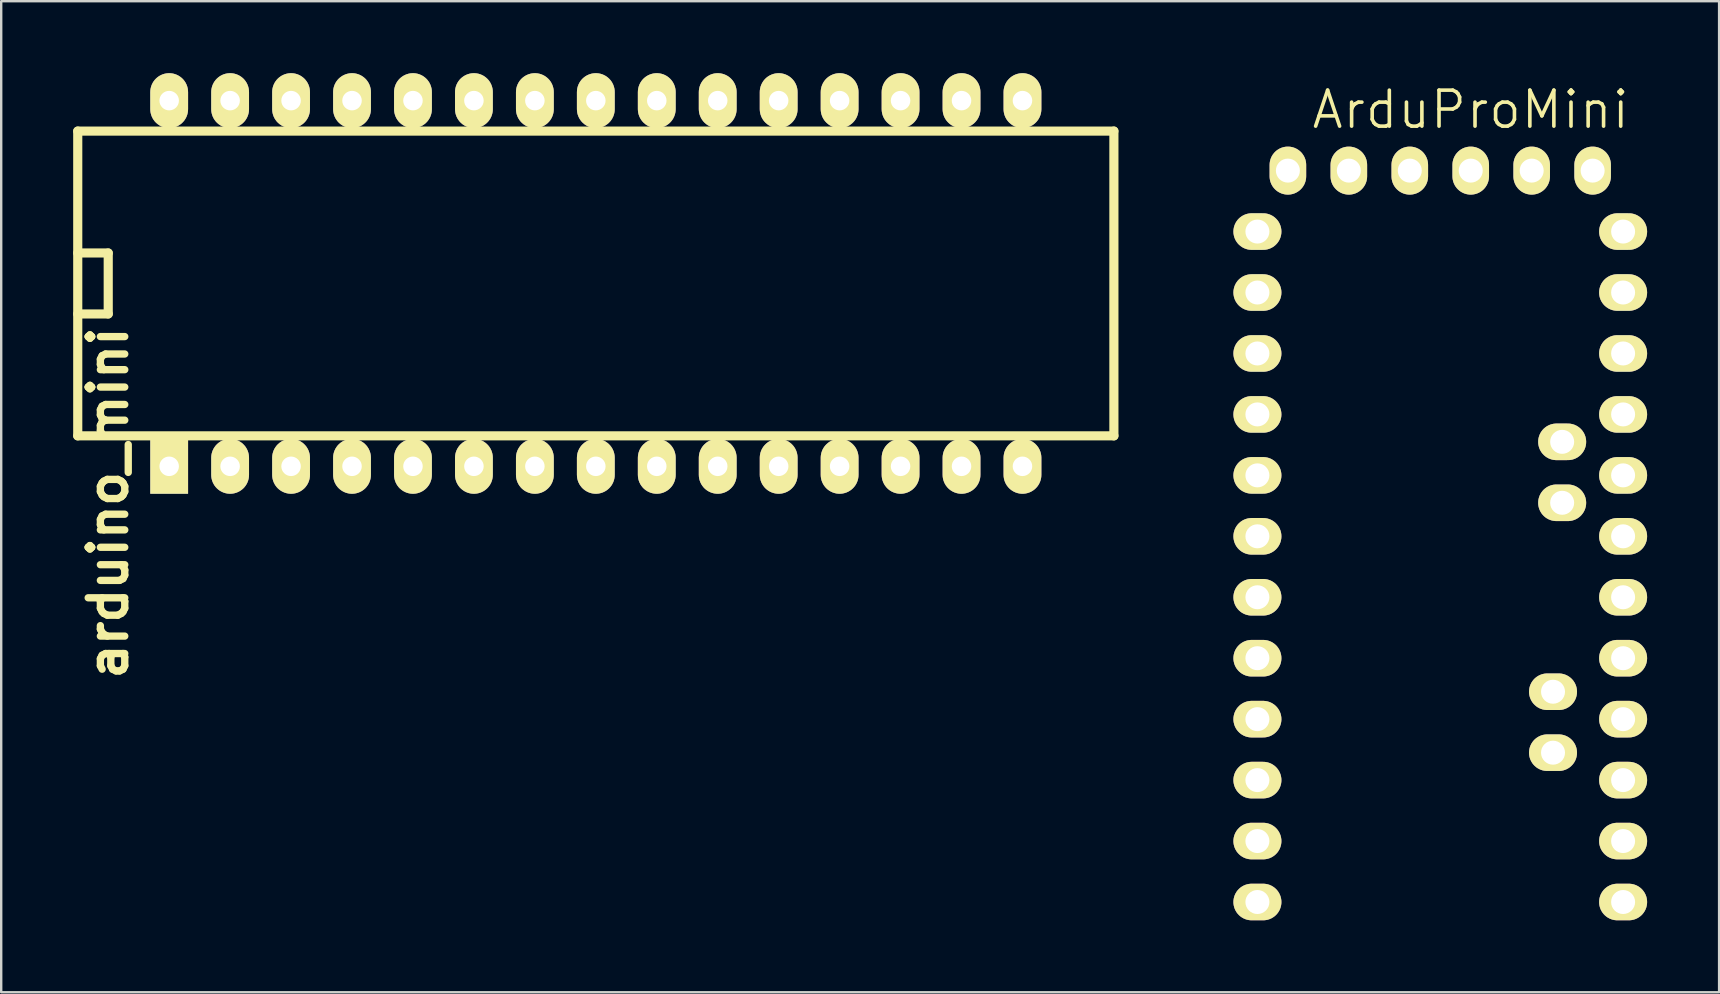
<source format=kicad_pcb>
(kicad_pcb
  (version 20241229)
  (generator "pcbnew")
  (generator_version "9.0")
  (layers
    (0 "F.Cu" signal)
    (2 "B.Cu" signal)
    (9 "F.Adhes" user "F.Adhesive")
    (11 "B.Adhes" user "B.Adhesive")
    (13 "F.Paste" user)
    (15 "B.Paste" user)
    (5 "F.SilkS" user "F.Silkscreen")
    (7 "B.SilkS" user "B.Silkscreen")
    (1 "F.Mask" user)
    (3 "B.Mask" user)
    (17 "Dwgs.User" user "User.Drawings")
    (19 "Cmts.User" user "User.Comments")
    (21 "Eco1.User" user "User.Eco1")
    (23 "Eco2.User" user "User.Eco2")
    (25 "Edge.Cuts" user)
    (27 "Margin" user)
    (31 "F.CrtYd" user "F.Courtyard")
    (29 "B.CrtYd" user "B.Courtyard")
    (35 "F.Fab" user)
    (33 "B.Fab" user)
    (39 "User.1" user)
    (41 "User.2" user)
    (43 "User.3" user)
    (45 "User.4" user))
  (footprint "arduino_mini"
    (layer "F.Cu")
    (at 23.05 8.763)
    (property "Reference" "arduino_mini" (at -21.59 9.144 90) (layer "F.SilkS") (effects (font (size 1.524 1.524) (thickness 0.305))))
    (attr through_hole)
    (fp_line (start -22.86 -6.35) (end 20.32 -6.35) (stroke (width 0.381) (type solid)) (layer "F.SilkS"))
    (fp_line (start -22.86 1.27) (end -21.59 1.27) (stroke (width 0.381) (type solid)) (layer "F.SilkS"))
    (fp_line (start -22.86 6.35) (end -22.86 -6.35) (stroke (width 0.381) (type solid)) (layer "F.SilkS"))
    (fp_line (start -21.59 -1.27) (end -22.86 -1.27) (stroke (width 0.381) (type solid)) (layer "F.SilkS"))
    (fp_line (start -21.59 1.27) (end -21.59 -1.27) (stroke (width 0.381) (type solid)) (layer "F.SilkS"))
    (fp_line (start 20.32 -6.35) (end 20.32 6.35) (stroke (width 0.381) (type solid)) (layer "F.SilkS"))
    (fp_line (start 20.32 6.35) (end -22.86 6.35) (stroke (width 0.381) (type solid)) (layer "F.SilkS"))
    (pad "1" thru_hole rect (at -19.05 7.62) (size 1.575 2.286) (drill 0.813) (layers "*.Cu" "*.Mask" "F.SilkS"))
    (pad "2" thru_hole oval (at -16.51 7.62) (size 1.575 2.286) (drill 0.813) (layers "*.Cu" "*.Mask" "F.SilkS"))
    (pad "3" thru_hole oval (at -13.97 7.62) (size 1.575 2.286) (drill 0.813) (layers "*.Cu" "*.Mask" "F.SilkS"))
    (pad "4" thru_hole oval (at -11.43 7.62) (size 1.575 2.286) (drill 0.813) (layers "*.Cu" "*.Mask" "F.SilkS"))
    (pad "5" thru_hole oval (at -8.89 7.62) (size 1.575 2.286) (drill 0.813) (layers "*.Cu" "*.Mask" "F.SilkS"))
    (pad "6" thru_hole oval (at -6.35 7.62) (size 1.575 2.286) (drill 0.813) (layers "*.Cu" "*.Mask" "F.SilkS"))
    (pad "7" thru_hole oval (at -3.81 7.62) (size 1.575 2.286) (drill 0.813) (layers "*.Cu" "*.Mask" "F.SilkS"))
    (pad "8" thru_hole oval (at -1.27 7.62) (size 1.575 2.286) (drill 0.813) (layers "*.Cu" "*.Mask" "F.SilkS"))
    (pad "9" thru_hole oval (at 1.27 7.62) (size 1.575 2.286) (drill 0.813) (layers "*.Cu" "*.Mask" "F.SilkS"))
    (pad "10" thru_hole oval (at 3.81 7.62) (size 1.575 2.286) (drill 0.813) (layers "*.Cu" "*.Mask" "F.SilkS"))
    (pad "11" thru_hole oval (at 6.35 7.62) (size 1.575 2.286) (drill 0.813) (layers "*.Cu" "*.Mask" "F.SilkS"))
    (pad "12" thru_hole oval (at 8.89 7.62) (size 1.575 2.286) (drill 0.813) (layers "*.Cu" "*.Mask" "F.SilkS"))
    (pad "13" thru_hole oval (at 11.43 7.62) (size 1.575 2.286) (drill 0.813) (layers "*.Cu" "*.Mask" "F.SilkS"))
    (pad "14" thru_hole oval (at 13.97 7.62) (size 1.575 2.286) (drill 0.813) (layers "*.Cu" "*.Mask" "F.SilkS"))
    (pad "15" thru_hole oval (at 16.51 7.62) (size 1.575 2.286) (drill 0.813) (layers "*.Cu" "*.Mask" "F.SilkS"))
    (pad "16" thru_hole oval (at 16.51 -7.62) (size 1.575 2.286) (drill 0.813) (layers "*.Cu" "*.Mask" "F.SilkS"))
    (pad "17" thru_hole oval (at 13.97 -7.62) (size 1.575 2.286) (drill 0.813) (layers "*.Cu" "*.Mask" "F.SilkS"))
    (pad "18" thru_hole oval (at 11.43 -7.62) (size 1.575 2.286) (drill 0.813) (layers "*.Cu" "*.Mask" "F.SilkS"))
    (pad "19" thru_hole oval (at 8.89 -7.62) (size 1.575 2.286) (drill 0.813) (layers "*.Cu" "*.Mask" "F.SilkS"))
    (pad "20" thru_hole oval (at 6.35 -7.62) (size 1.575 2.286) (drill 0.813) (layers "*.Cu" "*.Mask" "F.SilkS"))
    (pad "21" thru_hole oval (at 3.81 -7.62) (size 1.575 2.286) (drill 0.813) (layers "*.Cu" "*.Mask" "F.SilkS"))
    (pad "22" thru_hole oval (at 1.27 -7.62) (size 1.575 2.286) (drill 0.813) (layers "*.Cu" "*.Mask" "F.SilkS"))
    (pad "23" thru_hole oval (at -1.27 -7.62) (size 1.575 2.286) (drill 0.813) (layers "*.Cu" "*.Mask" "F.SilkS"))
    (pad "24" thru_hole oval (at -3.81 -7.62) (size 1.575 2.286) (drill 0.813) (layers "*.Cu" "*.Mask" "F.SilkS"))
    (pad "25" thru_hole oval (at -6.35 -7.62) (size 1.575 2.286) (drill 0.813) (layers "*.Cu" "*.Mask" "F.SilkS"))
    (pad "26" thru_hole oval (at -8.89 -7.62) (size 1.575 2.286) (drill 0.813) (layers "*.Cu" "*.Mask" "F.SilkS"))
    (pad "27" thru_hole oval (at -11.43 -7.62) (size 1.575 2.286) (drill 0.813) (layers "*.Cu" "*.Mask" "F.SilkS"))
    (pad "28" thru_hole oval (at -13.97 -7.62) (size 1.575 2.286) (drill 0.813) (layers "*.Cu" "*.Mask" "F.SilkS"))
    (pad "29" thru_hole oval (at -16.51 -7.62) (size 1.575 2.286) (drill 0.813) (layers "*.Cu" "*.Mask" "F.SilkS"))
    (pad "30" thru_hole oval (at -19.05 -7.62) (size 1.575 2.286) (drill 0.813) (layers "*.Cu" "*.Mask" "F.SilkS")))
  (footprint "ArduProMini"
    (layer "F.Cu")
    (at 46.811 0.25)
    (property "Reference" "ArduProMini" (at 11.43 1.27 0) (layer "F.SilkS") (effects (font (size 1.5 1.5) (thickness 0.15))))
    (attr through_hole)
    (pad "1" thru_hole oval (at 3.81 3.81) (size 1.524 2) (drill 1) (layers "*.Cu" "*.Mask" "F.SilkS"))
    (pad "2" thru_hole oval (at 6.35 3.81) (size 1.524 2) (drill 1) (layers "*.Cu" "*.Mask" "F.SilkS"))
    (pad "3" thru_hole oval (at 8.89 3.81) (size 1.524 2) (drill 1) (layers "*.Cu" "*.Mask" "F.SilkS"))
    (pad "4" thru_hole oval (at 11.43 3.81) (size 1.524 2) (drill 1) (layers "*.Cu" "*.Mask" "F.SilkS"))
    (pad "5" thru_hole oval (at 13.97 3.81) (size 1.524 2) (drill 1) (layers "*.Cu" "*.Mask" "F.SilkS"))
    (pad "6" thru_hole oval (at 16.51 3.81) (size 1.524 2) (drill 1) (layers "*.Cu" "*.Mask" "F.SilkS"))
    (pad "7" thru_hole oval (at 2.54 6.35) (size 2 1.524) (drill 1) (layers "*.Cu" "*.Mask" "F.SilkS"))
    (pad "8" thru_hole oval (at 2.54 8.89) (size 2 1.524) (drill 1) (layers "*.Cu" "*.Mask" "F.SilkS"))
    (pad "9" thru_hole oval (at 2.54 11.43) (size 2 1.524) (drill 1) (layers "*.Cu" "*.Mask" "F.SilkS"))
    (pad "10" thru_hole oval (at 2.54 13.97) (size 2 1.524) (drill 1) (layers "*.Cu" "*.Mask" "F.SilkS"))
    (pad "11" thru_hole oval (at 2.54 16.51) (size 2 1.524) (drill 1) (layers "*.Cu" "*.Mask" "F.SilkS"))
    (pad "12" thru_hole oval (at 2.54 19.05) (size 2 1.524) (drill 1) (layers "*.Cu" "*.Mask" "F.SilkS"))
    (pad "13" thru_hole oval (at 2.54 21.59) (size 2 1.524) (drill 1) (layers "*.Cu" "*.Mask" "F.SilkS"))
    (pad "14" thru_hole oval (at 2.54 24.13) (size 2 1.524) (drill 1) (layers "*.Cu" "*.Mask" "F.SilkS"))
    (pad "15" thru_hole oval (at 2.54 26.67) (size 2 1.524) (drill 1) (layers "*.Cu" "*.Mask" "F.SilkS"))
    (pad "16" thru_hole oval (at 2.54 29.21) (size 2 1.524) (drill 1) (layers "*.Cu" "*.Mask" "F.SilkS"))
    (pad "17" thru_hole oval (at 2.54 31.75) (size 2 1.524) (drill 1) (layers "*.Cu" "*.Mask" "F.SilkS"))
    (pad "18" thru_hole oval (at 2.54 34.29) (size 2 1.524) (drill 1) (layers "*.Cu" "*.Mask" "F.SilkS"))
    (pad "19" thru_hole oval (at 17.78 6.35) (size 2 1.524) (drill 1) (layers "*.Cu" "*.Mask" "F.SilkS"))
    (pad "20" thru_hole oval (at 17.78 8.89) (size 2 1.524) (drill 1) (layers "*.Cu" "*.Mask" "F.SilkS"))
    (pad "21" thru_hole oval (at 17.78 11.43) (size 2 1.524) (drill 1) (layers "*.Cu" "*.Mask" "F.SilkS"))
    (pad "22" thru_hole oval (at 17.78 13.97) (size 2 1.524) (drill 1) (layers "*.Cu" "*.Mask" "F.SilkS"))
    (pad "23" thru_hole oval (at 17.78 16.51) (size 2 1.524) (drill 1) (layers "*.Cu" "*.Mask" "F.SilkS"))
    (pad "24" thru_hole oval (at 17.78 19.05) (size 2 1.524) (drill 1) (layers "*.Cu" "*.Mask" "F.SilkS"))
    (pad "25" thru_hole oval (at 17.78 21.59) (size 2 1.524) (drill 1) (layers "*.Cu" "*.Mask" "F.SilkS"))
    (pad "26" thru_hole oval (at 17.78 24.13) (size 2 1.524) (drill 1) (layers "*.Cu" "*.Mask" "F.SilkS"))
    (pad "27" thru_hole oval (at 17.78 26.67) (size 2 1.524) (drill 1) (layers "*.Cu" "*.Mask" "F.SilkS"))
    (pad "28" thru_hole oval (at 17.78 29.21) (size 2 1.524) (drill 1) (layers "*.Cu" "*.Mask" "F.SilkS"))
    (pad "29" thru_hole oval (at 17.78 31.75) (size 2 1.524) (drill 1) (layers "*.Cu" "*.Mask" "F.SilkS"))
    (pad "30" thru_hole oval (at 17.78 34.29) (size 2 1.524) (drill 1) (layers "*.Cu" "*.Mask" "F.SilkS"))
    (pad "31" thru_hole oval (at 15.24 15.113) (size 2 1.524) (drill 1) (layers "*.Cu" "*.Mask" "F.SilkS"))
    (pad "32" thru_hole oval (at 15.24 17.653) (size 2 1.524) (drill 1) (layers "*.Cu" "*.Mask" "F.SilkS"))
    (pad "34" thru_hole oval (at 14.859 25.527) (size 2 1.524) (drill 1) (layers "*.Cu" "*.Mask" "F.SilkS"))
    (pad "35" thru_hole oval (at 14.859 28.067) (size 2 1.524) (drill 1) (layers "*.Cu" "*.Mask" "F.SilkS")))
  (gr_rect
    (start -3 -3)
    (end 68.591 38.302)
    (stroke (width 0.1) (type default))
    (fill no)
    (layer "Edge.Cuts")))
</source>
